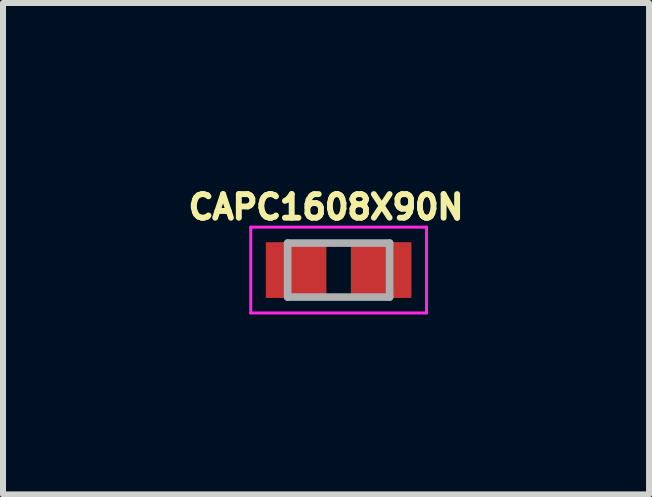
<source format=kicad_pcb>
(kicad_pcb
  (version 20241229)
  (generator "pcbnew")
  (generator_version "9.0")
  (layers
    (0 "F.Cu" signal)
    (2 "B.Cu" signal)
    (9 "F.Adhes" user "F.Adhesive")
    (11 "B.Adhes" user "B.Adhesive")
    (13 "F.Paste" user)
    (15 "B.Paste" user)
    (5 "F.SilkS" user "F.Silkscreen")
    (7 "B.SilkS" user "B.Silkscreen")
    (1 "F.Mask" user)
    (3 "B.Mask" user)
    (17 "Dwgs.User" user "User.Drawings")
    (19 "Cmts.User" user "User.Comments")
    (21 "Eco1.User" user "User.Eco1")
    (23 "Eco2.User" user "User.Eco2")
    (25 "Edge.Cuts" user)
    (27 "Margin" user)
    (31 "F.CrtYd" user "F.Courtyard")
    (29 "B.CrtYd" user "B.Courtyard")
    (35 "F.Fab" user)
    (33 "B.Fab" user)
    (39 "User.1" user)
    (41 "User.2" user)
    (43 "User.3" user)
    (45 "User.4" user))
  (footprint "CAPC1608X90N"
    (layer "F.Cu")
    (at 2.596 1.453)
    (property "Reference" "CAPC1608X90N" (at -0.21 -1.05 0) (layer "F.SilkS") (effects (font (size 0.394 0.394) (thickness 0.15))))
    (attr smd)
    (fp_line (start -1.465 -0.715) (end 1.465 -0.715) (stroke (width 0.05) (type solid)) (layer "F.CrtYd"))
    (fp_line (start -1.465 0.715) (end -1.465 -0.715) (stroke (width 0.05) (type solid)) (layer "F.CrtYd"))
    (fp_line (start -1.465 0.715) (end 1.465 0.715) (stroke (width 0.05) (type solid)) (layer "F.CrtYd"))
    (fp_line (start 1.465 0.715) (end 1.465 -0.715) (stroke (width 0.05) (type solid)) (layer "F.CrtYd"))
    (fp_line (start -0.85 0.45) (end -0.85 -0.45) (stroke (width 0.127) (type solid)) (layer "F.Fab"))
    (fp_line (start 0.85 -0.45) (end -0.85 -0.45) (stroke (width 0.127) (type solid)) (layer "F.Fab"))
    (fp_line (start 0.85 0.45) (end -0.85 0.45) (stroke (width 0.127) (type solid)) (layer "F.Fab"))
    (fp_line (start 0.85 0.45) (end 0.85 -0.45) (stroke (width 0.127) (type solid)) (layer "F.Fab"))
    (pad "1" smd rect (at -0.709 0) (size 1.01 0.93) (layers "F.Cu" "F.Mask" "F.Paste"))
    (pad "2" smd rect (at 0.709 0) (size 1.01 0.93) (layers "F.Cu" "F.Mask" "F.Paste")))
  (gr_rect
    (start -3 -3)
    (end 7.772 5.193)
    (stroke (width 0.1) (type default))
    (fill no)
    (layer "Edge.Cuts")))
</source>
